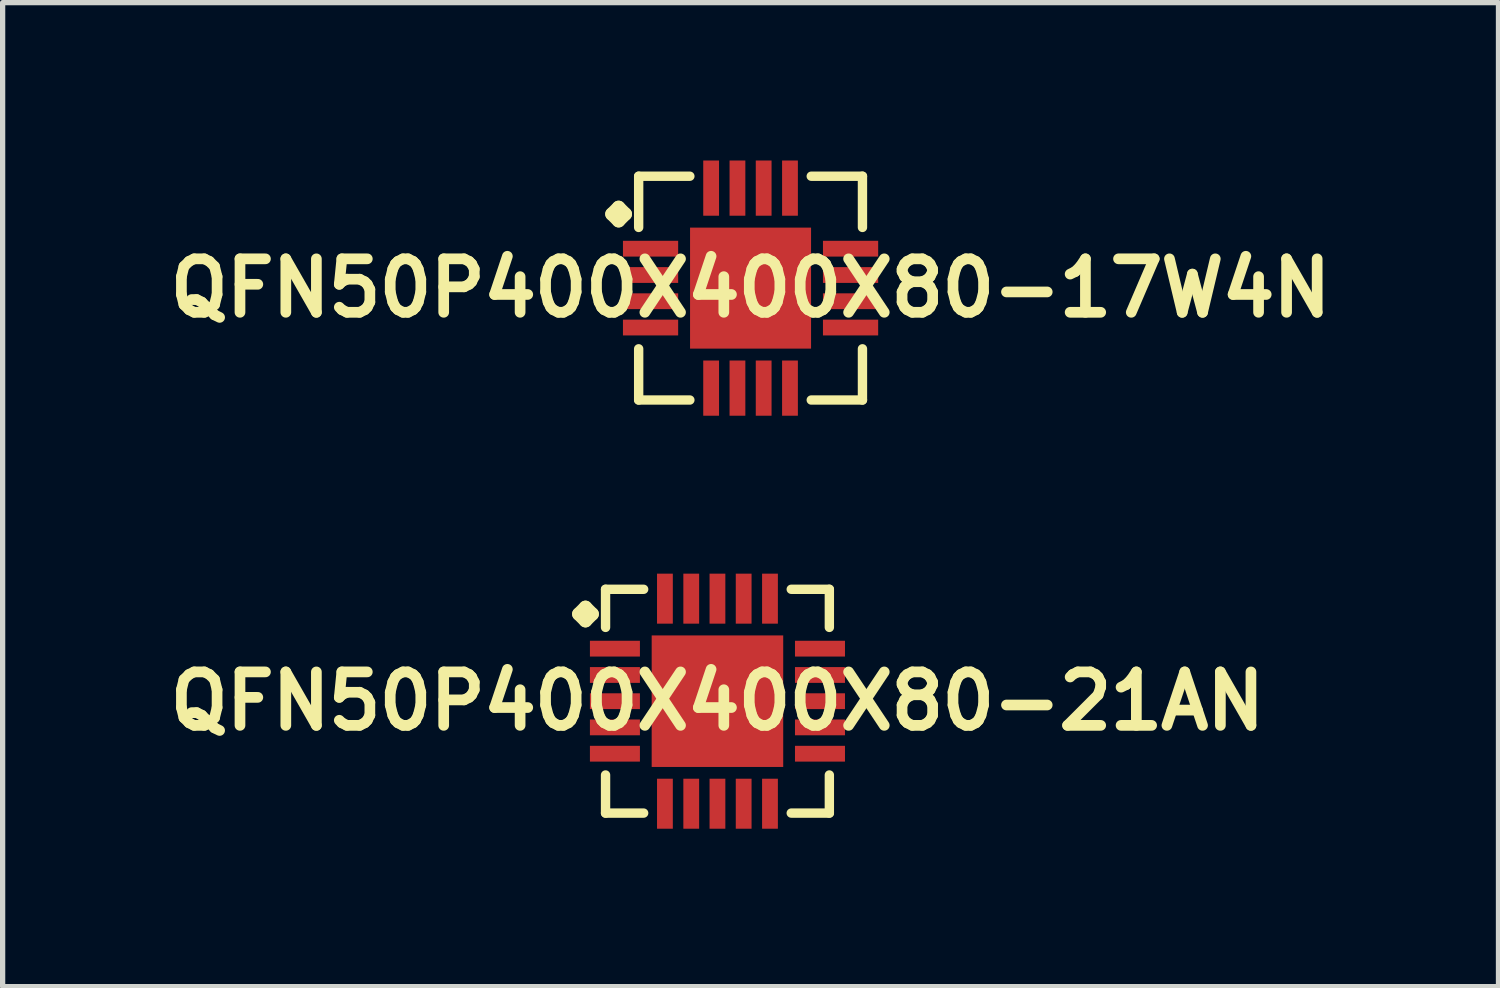
<source format=kicad_pcb>
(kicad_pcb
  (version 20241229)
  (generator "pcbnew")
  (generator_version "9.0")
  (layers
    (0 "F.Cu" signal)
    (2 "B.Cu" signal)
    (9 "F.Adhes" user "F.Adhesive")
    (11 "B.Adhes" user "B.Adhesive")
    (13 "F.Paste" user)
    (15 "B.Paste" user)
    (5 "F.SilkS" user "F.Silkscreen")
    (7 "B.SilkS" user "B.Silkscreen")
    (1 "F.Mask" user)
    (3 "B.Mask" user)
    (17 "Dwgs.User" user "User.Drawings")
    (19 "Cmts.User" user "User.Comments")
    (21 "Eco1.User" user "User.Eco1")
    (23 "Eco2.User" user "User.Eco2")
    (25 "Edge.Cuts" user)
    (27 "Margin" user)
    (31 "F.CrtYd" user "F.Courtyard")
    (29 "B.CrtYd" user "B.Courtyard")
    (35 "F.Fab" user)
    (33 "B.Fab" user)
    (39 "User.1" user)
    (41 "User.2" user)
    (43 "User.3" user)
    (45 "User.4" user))
  (footprint "QFN50P400X400X80-17W4N"
    (layer "F.Cu")
    (at 11.21 2.424)
    (property "Reference" "QFN50P400X400X80-17W4N" (at 0 0 0) (layer "F.SilkS") (effects (font (size 1.016 1.016) (thickness 0.203))))
    (attr smd)
    (fp_line (start -2.634 -1.407) (end -2.507 -1.534) (stroke (width 0.254) (type solid)) (layer "F.SilkS"))
    (fp_line (start -2.507 -1.534) (end -2.38 -1.407) (stroke (width 0.254) (type solid)) (layer "F.SilkS"))
    (fp_line (start -2.507 -1.28) (end -2.634 -1.407) (stroke (width 0.254) (type solid)) (layer "F.SilkS"))
    (fp_line (start -2.38 -1.407) (end -2.507 -1.28) (stroke (width 0.254) (type solid)) (layer "F.SilkS"))
    (fp_line (start -2.126 -2.126) (end -1.153 -2.126) (stroke (width 0.178) (type solid)) (layer "F.SilkS"))
    (fp_line (start -2.126 -1.153) (end -2.126 -2.126) (stroke (width 0.178) (type solid)) (layer "F.SilkS"))
    (fp_line (start -2.126 1.153) (end -2.126 2.126) (stroke (width 0.178) (type solid)) (layer "F.SilkS"))
    (fp_line (start -2.126 2.126) (end -1.153 2.126) (stroke (width 0.178) (type solid)) (layer "F.SilkS"))
    (fp_line (start 1.153 -2.126) (end 2.126 -2.126) (stroke (width 0.178) (type solid)) (layer "F.SilkS"))
    (fp_line (start 1.153 2.126) (end 2.126 2.126) (stroke (width 0.178) (type solid)) (layer "F.SilkS"))
    (fp_line (start 2.126 -2.126) (end 2.126 -1.153) (stroke (width 0.178) (type solid)) (layer "F.SilkS"))
    (fp_line (start 2.126 2.126) (end 2.126 1.153) (stroke (width 0.178) (type solid)) (layer "F.SilkS"))
    (pad "1" smd rect (at -1.9 -0.749) (size 1.049 0.3) (layers "F.Cu" "F.Mask" "F.Paste"))
    (pad "2" smd rect (at -1.9 -0.249) (size 1.049 0.3) (layers "F.Cu" "F.Mask" "F.Paste"))
    (pad "3" smd rect (at -1.9 0.249) (size 1.049 0.3) (layers "F.Cu" "F.Mask" "F.Paste"))
    (pad "4" smd rect (at -1.9 0.749) (size 1.049 0.3) (layers "F.Cu" "F.Mask" "F.Paste"))
    (pad "5" smd rect (at -0.749 1.9) (size 0.3 1.049) (layers "F.Cu" "F.Mask" "F.Paste"))
    (pad "6" smd rect (at -0.249 1.9) (size 0.3 1.049) (layers "F.Cu" "F.Mask" "F.Paste"))
    (pad "7" smd rect (at 0.249 1.9) (size 0.3 1.049) (layers "F.Cu" "F.Mask" "F.Paste"))
    (pad "8" smd rect (at 0.749 1.9) (size 0.3 1.049) (layers "F.Cu" "F.Mask" "F.Paste"))
    (pad "9" smd rect (at 1.9 0.749) (size 1.049 0.3) (layers "F.Cu" "F.Mask" "F.Paste"))
    (pad "10" smd rect (at 1.9 0.249) (size 1.049 0.3) (layers "F.Cu" "F.Mask" "F.Paste"))
    (pad "11" smd rect (at 1.9 -0.249) (size 1.049 0.3) (layers "F.Cu" "F.Mask" "F.Paste"))
    (pad "12" smd rect (at 1.9 -0.749) (size 1.049 0.3) (layers "F.Cu" "F.Mask" "F.Paste"))
    (pad "13" smd rect (at 0.749 -1.9) (size 0.3 1.049) (layers "F.Cu" "F.Mask" "F.Paste"))
    (pad "14" smd rect (at 0.249 -1.9) (size 0.3 1.049) (layers "F.Cu" "F.Mask" "F.Paste"))
    (pad "15" smd rect (at -0.249 -1.9) (size 0.3 1.049) (layers "F.Cu" "F.Mask" "F.Paste"))
    (pad "16" smd rect (at -0.749 -1.9) (size 0.3 1.049) (layers "F.Cu" "F.Mask" "F.Paste"))
    (pad "17" smd rect (at 0 0) (size 2.299 2.299) (layers "F.Cu" "F.Mask" "F.Paste")))
  (footprint "QFN50P400X400X80-21AN"
    (layer "F.Cu")
    (at 10.581 10.272)
    (property "Reference" "QFN50P400X400X80-21AN" (at 0 0 0) (layer "F.SilkS") (effects (font (size 1.016 1.016) (thickness 0.203))))
    (attr smd)
    (fp_line (start -2.634 -1.656) (end -2.507 -1.783) (stroke (width 0.254) (type solid)) (layer "F.SilkS"))
    (fp_line (start -2.507 -1.783) (end -2.38 -1.656) (stroke (width 0.254) (type solid)) (layer "F.SilkS"))
    (fp_line (start -2.507 -1.529) (end -2.634 -1.656) (stroke (width 0.254) (type solid)) (layer "F.SilkS"))
    (fp_line (start -2.38 -1.656) (end -2.507 -1.529) (stroke (width 0.254) (type solid)) (layer "F.SilkS"))
    (fp_line (start -2.126 -2.126) (end -1.402 -2.126) (stroke (width 0.178) (type solid)) (layer "F.SilkS"))
    (fp_line (start -2.126 -1.402) (end -2.126 -2.126) (stroke (width 0.178) (type solid)) (layer "F.SilkS"))
    (fp_line (start -2.126 1.402) (end -2.126 2.126) (stroke (width 0.178) (type solid)) (layer "F.SilkS"))
    (fp_line (start -2.126 2.126) (end -1.402 2.126) (stroke (width 0.178) (type solid)) (layer "F.SilkS"))
    (fp_line (start 1.402 -2.126) (end 2.126 -2.126) (stroke (width 0.178) (type solid)) (layer "F.SilkS"))
    (fp_line (start 1.402 2.126) (end 2.126 2.126) (stroke (width 0.178) (type solid)) (layer "F.SilkS"))
    (fp_line (start 2.126 -2.126) (end 2.126 -1.402) (stroke (width 0.178) (type solid)) (layer "F.SilkS"))
    (fp_line (start 2.126 2.126) (end 2.126 1.402) (stroke (width 0.178) (type solid)) (layer "F.SilkS"))
    (pad "1" smd rect (at -1.948 -0.998) (size 0.95 0.3) (layers "F.Cu" "F.Mask" "F.Paste"))
    (pad "2" smd rect (at -1.948 -0.498) (size 0.95 0.3) (layers "F.Cu" "F.Mask" "F.Paste"))
    (pad "3" smd rect (at -1.948 0) (size 0.95 0.3) (layers "F.Cu" "F.Mask" "F.Paste"))
    (pad "4" smd rect (at -1.948 0.498) (size 0.95 0.3) (layers "F.Cu" "F.Mask" "F.Paste"))
    (pad "5" smd rect (at -1.948 0.998) (size 0.95 0.3) (layers "F.Cu" "F.Mask" "F.Paste"))
    (pad "6" smd rect (at -0.998 1.948) (size 0.3 0.95) (layers "F.Cu" "F.Mask" "F.Paste"))
    (pad "7" smd rect (at -0.498 1.948) (size 0.3 0.95) (layers "F.Cu" "F.Mask" "F.Paste"))
    (pad "8" smd rect (at 0 1.948) (size 0.3 0.95) (layers "F.Cu" "F.Mask" "F.Paste"))
    (pad "9" smd rect (at 0.498 1.948) (size 0.3 0.95) (layers "F.Cu" "F.Mask" "F.Paste"))
    (pad "10" smd rect (at 0.998 1.948) (size 0.3 0.95) (layers "F.Cu" "F.Mask" "F.Paste"))
    (pad "11" smd rect (at 1.948 0.998) (size 0.95 0.3) (layers "F.Cu" "F.Mask" "F.Paste"))
    (pad "12" smd rect (at 1.948 0.498) (size 0.95 0.3) (layers "F.Cu" "F.Mask" "F.Paste"))
    (pad "13" smd rect (at 1.948 0) (size 0.95 0.3) (layers "F.Cu" "F.Mask" "F.Paste"))
    (pad "14" smd rect (at 1.948 -0.498) (size 0.95 0.3) (layers "F.Cu" "F.Mask" "F.Paste"))
    (pad "15" smd rect (at 1.948 -0.998) (size 0.95 0.3) (layers "F.Cu" "F.Mask" "F.Paste"))
    (pad "16" smd rect (at 0.998 -1.948) (size 0.3 0.95) (layers "F.Cu" "F.Mask" "F.Paste"))
    (pad "17" smd rect (at 0.498 -1.948) (size 0.3 0.95) (layers "F.Cu" "F.Mask" "F.Paste"))
    (pad "18" smd rect (at 0 -1.948) (size 0.3 0.95) (layers "F.Cu" "F.Mask" "F.Paste"))
    (pad "19" smd rect (at -0.498 -1.948) (size 0.3 0.95) (layers "F.Cu" "F.Mask" "F.Paste"))
    (pad "20" smd rect (at -0.998 -1.948) (size 0.3 0.95) (layers "F.Cu" "F.Mask" "F.Paste"))
    (pad "21" smd rect (at 0 0) (size 2.499 2.499) (layers "F.Cu" "F.Mask" "F.Paste")))
  (gr_rect
    (start -3 -3)
    (end 25.42 15.695)
    (stroke (width 0.1) (type default))
    (fill no)
    (layer "Edge.Cuts")))
</source>
